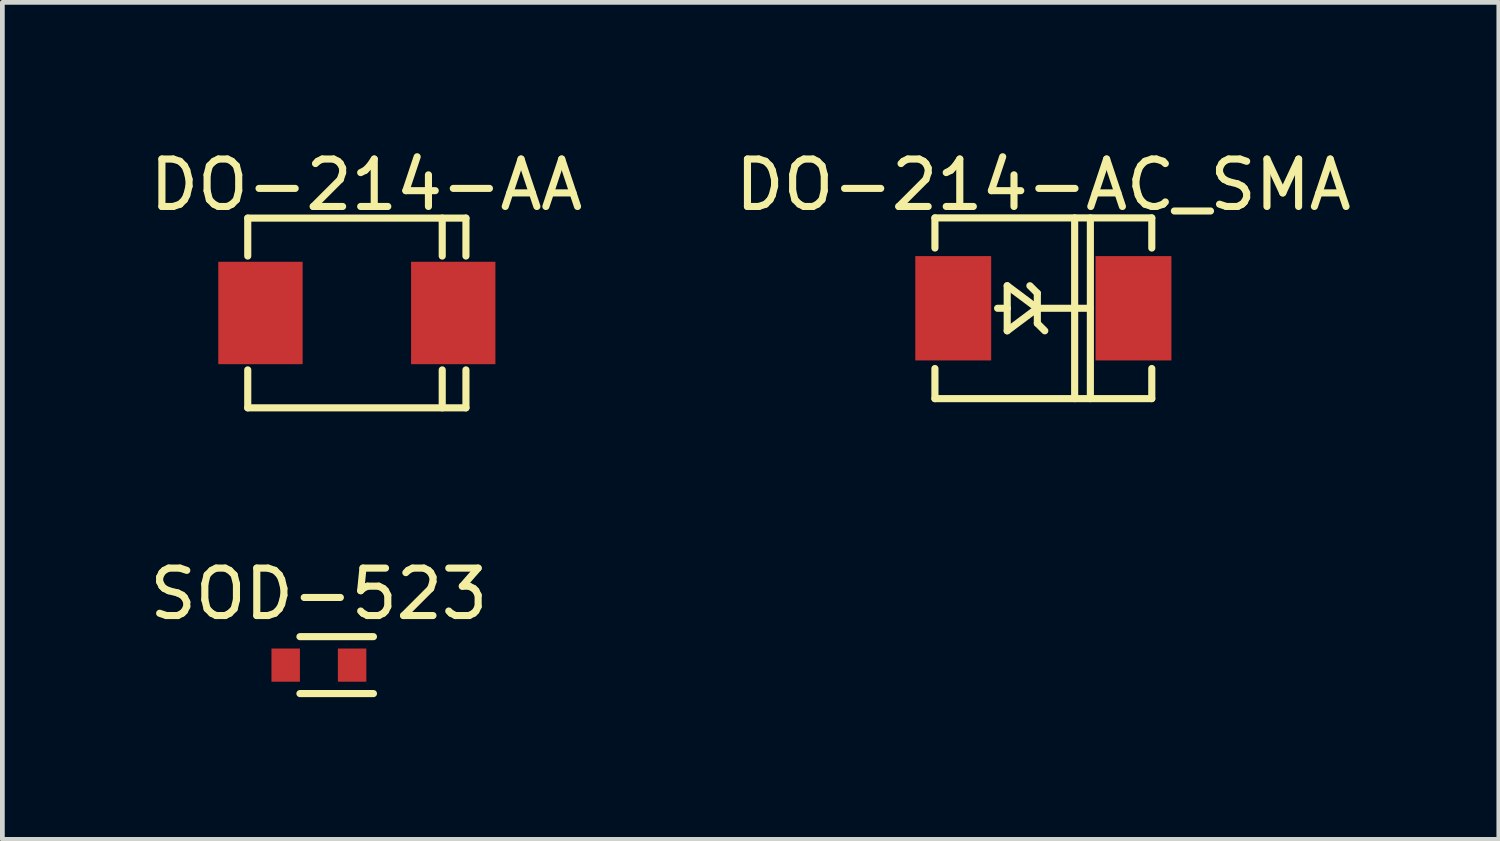
<source format=kicad_pcb>
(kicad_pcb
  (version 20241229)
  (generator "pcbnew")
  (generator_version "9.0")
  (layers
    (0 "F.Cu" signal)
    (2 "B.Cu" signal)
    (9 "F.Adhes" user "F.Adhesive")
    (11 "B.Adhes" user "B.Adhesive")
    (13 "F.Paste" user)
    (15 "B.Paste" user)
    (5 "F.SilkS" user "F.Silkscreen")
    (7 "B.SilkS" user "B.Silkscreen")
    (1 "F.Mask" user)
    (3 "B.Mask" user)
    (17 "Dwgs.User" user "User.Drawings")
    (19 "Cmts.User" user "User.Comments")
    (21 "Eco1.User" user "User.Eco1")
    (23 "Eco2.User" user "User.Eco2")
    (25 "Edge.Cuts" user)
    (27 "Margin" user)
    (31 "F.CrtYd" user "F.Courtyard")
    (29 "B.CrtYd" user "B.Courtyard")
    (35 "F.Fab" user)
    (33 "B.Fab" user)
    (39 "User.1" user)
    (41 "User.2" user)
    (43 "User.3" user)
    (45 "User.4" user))
  (footprint "SOD-523"
    (layer "F.Cu")
    (at 3.673 10.972)
    (property "Reference" "SOD-523" (at 0 -1.5 0) (layer "F.SilkS") (effects (font (size 1 1) (thickness 0.15))))
    (attr through_hole)
    (fp_line (start -0.4 -0.6) (end 1.15 -0.6) (stroke (width 0.15) (type solid)) (layer "F.SilkS"))
    (fp_line (start -0.4 0.6) (end 1.15 0.6) (stroke (width 0.15) (type solid)) (layer "F.SilkS"))
    (pad "1" smd rect (at -0.7 0) (size 0.6 0.7) (layers "F.Cu" "F.Mask" "F.Paste"))
    (pad "2" smd rect (at 0.7 0) (size 0.6 0.7) (layers "F.Cu" "F.Mask" "F.Paste")))
  (footprint "DO-214-AC_SMA"
    (layer "F.Cu")
    (at 18.946 3.449)
    (property "Reference" "DO-214-AC_SMA" (at 0 -2.601 0) (layer "F.SilkS") (effects (font (size 1 1) (thickness 0.15))))
    (attr smd)
    (fp_line (start -2.286 -1.905) (end 2.286 -1.905) (stroke (width 0.15) (type solid)) (layer "F.SilkS"))
    (fp_line (start -2.286 -1.27) (end -2.286 -1.905) (stroke (width 0.15) (type solid)) (layer "F.SilkS"))
    (fp_line (start -2.286 1.27) (end -2.286 1.905) (stroke (width 0.15) (type solid)) (layer "F.SilkS"))
    (fp_line (start -2.286 1.905) (end 2.286 1.905) (stroke (width 0.15) (type solid)) (layer "F.SilkS"))
    (fp_line (start -0.762 -0.475) (end -0.762 0) (stroke (width 0.15) (type solid)) (layer "F.SilkS"))
    (fp_line (start -0.762 0) (end -0.965 0) (stroke (width 0.15) (type solid)) (layer "F.SilkS"))
    (fp_line (start -0.762 0) (end -0.762 0.475) (stroke (width 0.15) (type solid)) (layer "F.SilkS"))
    (fp_line (start -0.762 0.475) (end -0.127 0) (stroke (width 0.15) (type solid)) (layer "F.SilkS"))
    (fp_line (start -0.127 -0.318) (end -0.284 -0.475) (stroke (width 0.15) (type solid)) (layer "F.SilkS"))
    (fp_line (start -0.127 0) (end -0.762 -0.475) (stroke (width 0.15) (type solid)) (layer "F.SilkS"))
    (fp_line (start -0.127 0) (end -0.127 -0.318) (stroke (width 0.15) (type solid)) (layer "F.SilkS"))
    (fp_line (start -0.127 0) (end -0.127 0.318) (stroke (width 0.15) (type solid)) (layer "F.SilkS"))
    (fp_line (start -0.127 0) (end 0.983 0) (stroke (width 0.15) (type solid)) (layer "F.SilkS"))
    (fp_line (start -0.127 0.318) (end 0.03 0.475) (stroke (width 0.15) (type solid)) (layer "F.SilkS"))
    (fp_line (start 0.66 1.905) (end 0.66 -1.905) (stroke (width 0.15) (type solid)) (layer "F.SilkS"))
    (fp_line (start 0.991 1.905) (end 0.991 -1.905) (stroke (width 0.15) (type solid)) (layer "F.SilkS"))
    (fp_line (start 2.286 -1.905) (end 2.286 -1.27) (stroke (width 0.15) (type solid)) (layer "F.SilkS"))
    (fp_line (start 2.286 1.905) (end 2.286 1.27) (stroke (width 0.15) (type solid)) (layer "F.SilkS"))
    (pad "1" smd rect (at -1.9 0) (size 1.6 2.2) (layers "F.Cu" "F.Mask" "F.Paste"))
    (pad "2" smd rect (at 1.9 0) (size 1.6 2.2) (layers "F.Cu" "F.Mask" "F.Paste")))
  (footprint "DO-214-AA"
    (layer "F.Cu")
    (at 4.473 3.548)
    (property "Reference" "DO-214-AA" (at 0.2 -2.7 0) (layer "F.SilkS") (effects (font (size 1 1) (thickness 0.15))))
    (attr smd)
    (fp_line (start -2.3 -2) (end 2.3 -2) (stroke (width 0.15) (type solid)) (layer "F.SilkS"))
    (fp_line (start -2.3 -1.2) (end -2.3 -2) (stroke (width 0.15) (type solid)) (layer "F.SilkS"))
    (fp_line (start -2.3 1.2) (end -2.3 2) (stroke (width 0.15) (type solid)) (layer "F.SilkS"))
    (fp_line (start -2.3 2) (end 2.3 2) (stroke (width 0.15) (type solid)) (layer "F.SilkS"))
    (fp_line (start 1.8 -2) (end 1.8 -1.2) (stroke (width 0.15) (type solid)) (layer "F.SilkS"))
    (fp_line (start 1.8 2) (end 1.8 1.2) (stroke (width 0.15) (type solid)) (layer "F.SilkS"))
    (fp_line (start 2.3 -2) (end 2.3 -1.2) (stroke (width 0.15) (type solid)) (layer "F.SilkS"))
    (fp_line (start 2.3 2) (end 2.3 1.2) (stroke (width 0.15) (type solid)) (layer "F.SilkS"))
    (pad "1" smd rect (at -2.032 0) (size 1.778 2.159) (layers "F.Cu" "F.Mask" "F.Paste"))
    (pad "2" smd rect (at 2.032 0) (size 1.778 2.159) (layers "F.Cu" "F.Mask" "F.Paste")))
  (gr_rect
    (start -3 -3)
    (end 28.548 14.646)
    (stroke (width 0.1) (type default))
    (fill no)
    (layer "Edge.Cuts")))
</source>
